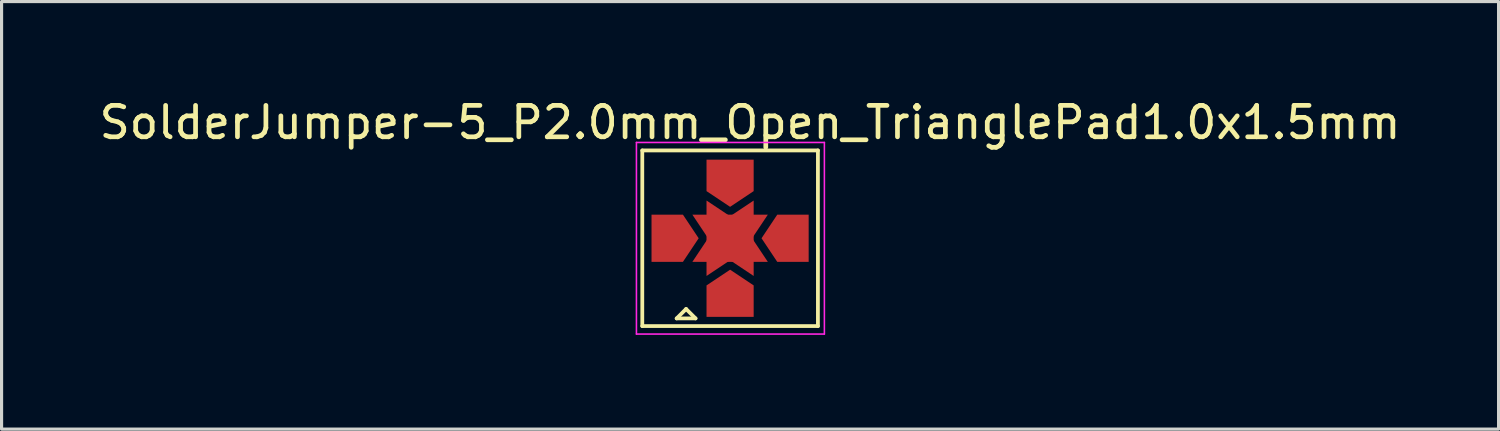
<source format=kicad_pcb>
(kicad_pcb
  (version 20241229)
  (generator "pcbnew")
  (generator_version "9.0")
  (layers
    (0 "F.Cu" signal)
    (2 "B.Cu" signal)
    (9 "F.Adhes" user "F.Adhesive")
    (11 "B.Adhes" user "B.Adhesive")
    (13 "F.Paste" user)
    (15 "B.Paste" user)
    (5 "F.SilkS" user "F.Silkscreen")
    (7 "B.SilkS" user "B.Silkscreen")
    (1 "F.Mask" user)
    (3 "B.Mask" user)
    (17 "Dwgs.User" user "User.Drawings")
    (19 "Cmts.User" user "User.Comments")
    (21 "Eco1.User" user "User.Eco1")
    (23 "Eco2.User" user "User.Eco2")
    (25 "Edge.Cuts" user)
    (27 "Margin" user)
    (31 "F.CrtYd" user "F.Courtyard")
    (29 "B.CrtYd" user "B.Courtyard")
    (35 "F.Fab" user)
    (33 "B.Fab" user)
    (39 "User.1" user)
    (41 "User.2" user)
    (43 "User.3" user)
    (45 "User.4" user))
  (footprint "SolderJumper-5_P2.0mm_Open_TrianglePad1.0x1.5mm"
    (layer "F.Cu")
    (at 20.18 4.531)
    (property "Reference" "SolderJumper-5_P2.0mm_Open_TrianglePad1.0x1.5mm" (at 0.635 -3.683 0) (layer "F.SilkS") (effects (font (size 1 1) (thickness 0.15))))
    (attr exclude_from_pos_files exclude_from_bom)
    (fp_poly (pts (xy 0 0.7) (xy -0.75 1.2) (xy -0.75 -1.2) (xy 0 -0.7) (xy 0.75 -1.2) (xy 0.75 1.2)) (stroke (width 0) (type solid)) (fill yes) (layer "F.Cu"))
    (fp_line (start -2.794 -2.794) (end 2.794 -2.794) (stroke (width 0.12) (type solid)) (layer "F.SilkS"))
    (fp_line (start -2.794 2.794) (end -2.794 -2.794) (stroke (width 0.12) (type solid)) (layer "F.SilkS"))
    (fp_line (start -1.7 2.55) (end -1.1 2.55) (stroke (width 0.12) (type solid)) (layer "F.SilkS"))
    (fp_line (start -1.4 2.25) (end -1.7 2.55) (stroke (width 0.12) (type solid)) (layer "F.SilkS"))
    (fp_line (start -1.1 2.55) (end -1.4 2.25) (stroke (width 0.12) (type solid)) (layer "F.SilkS"))
    (fp_line (start 2.794 -2.794) (end 2.794 2.794) (stroke (width 0.12) (type solid)) (layer "F.SilkS"))
    (fp_line (start 2.794 2.794) (end -2.794 2.794) (stroke (width 0.12) (type solid)) (layer "F.SilkS"))
    (fp_line (start -2.98 -3.048) (end -2.98 3.048) (stroke (width 0.05) (type solid)) (layer "F.CrtYd"))
    (fp_line (start -2.98 -3.048) (end 3 -3.048) (stroke (width 0.05) (type solid)) (layer "F.CrtYd"))
    (fp_line (start 3 3.048) (end -2.98 3.048) (stroke (width 0.05) (type solid)) (layer "F.CrtYd"))
    (fp_line (start 3 3.048) (end 3 -3.048) (stroke (width 0.05) (type solid)) (layer "F.CrtYd"))
    (pad "" smd rect (at -1.2 0) (size 1.5 1.5) (layers "F.Mask"))
    (pad "" smd rect (at 0 -1.2 270) (size 1.5 1.5) (layers "F.Mask"))
    (pad "" smd rect (at 0 0 270) (size 0.9 0.9) (layers "F.Mask"))
    (pad "" smd rect (at 0 1.2 270) (size 1.5 1.5) (layers "F.Mask"))
    (pad "" smd rect (at 1.2 0) (size 1.5 1.5) (layers "F.Mask"))
    (pad "1" smd custom (at -2 0) (size 0.3 0.3) (layers "F.Cu" "F.Mask") (options (anchor rect)) (primitives (gr_poly (pts (xy 1 0) (xy 0.5 0.75) (xy -0.5 0.75) (xy -0.5 -0.75) (xy 0.5 -0.75)) (width 0) (fill yes))))
    (pad "2" smd custom (at 0 0) (size 0.3 0.3) (layers "F.Cu") (options (anchor rect)) (primitives (gr_poly (pts (xy 0.7 0) (xy 1.2 0.75) (xy -1.2 0.75) (xy -0.7 0) (xy -1.2 -0.75) (xy 1.2 -0.75)) (width 0) (fill yes))))
    (pad "3" smd custom (at 2 0 180) (size 0.3 0.3) (layers "F.Cu" "F.Mask") (options (anchor rect)) (primitives (gr_poly (pts (xy 1 0) (xy 0.5 0.75) (xy -0.5 0.75) (xy -0.5 -0.75) (xy 0.5 -0.75)) (width 0) (fill yes))))
    (pad "4" smd custom (at 0 2 90) (size 0.3 0.3) (layers "F.Cu" "F.Mask") (options (anchor rect)) (primitives (gr_poly (pts (xy 1 0) (xy 0.5 0.75) (xy -0.5 0.75) (xy -0.5 -0.75) (xy 0.5 -0.75)) (width 0) (fill yes))))
    (pad "5" smd custom (at 0 -2 270) (size 0.3 0.3) (layers "F.Cu" "F.Mask") (options (anchor rect)) (primitives (gr_poly (pts (xy 1 0) (xy 0.5 0.75) (xy -0.5 0.75) (xy -0.5 -0.75) (xy 0.5 -0.75)) (width 0) (fill yes)))))
  (gr_rect
    (start -3 -3)
    (end 44.631 10.604)
    (stroke (width 0.1) (type default))
    (fill no)
    (layer "Edge.Cuts")))
</source>
